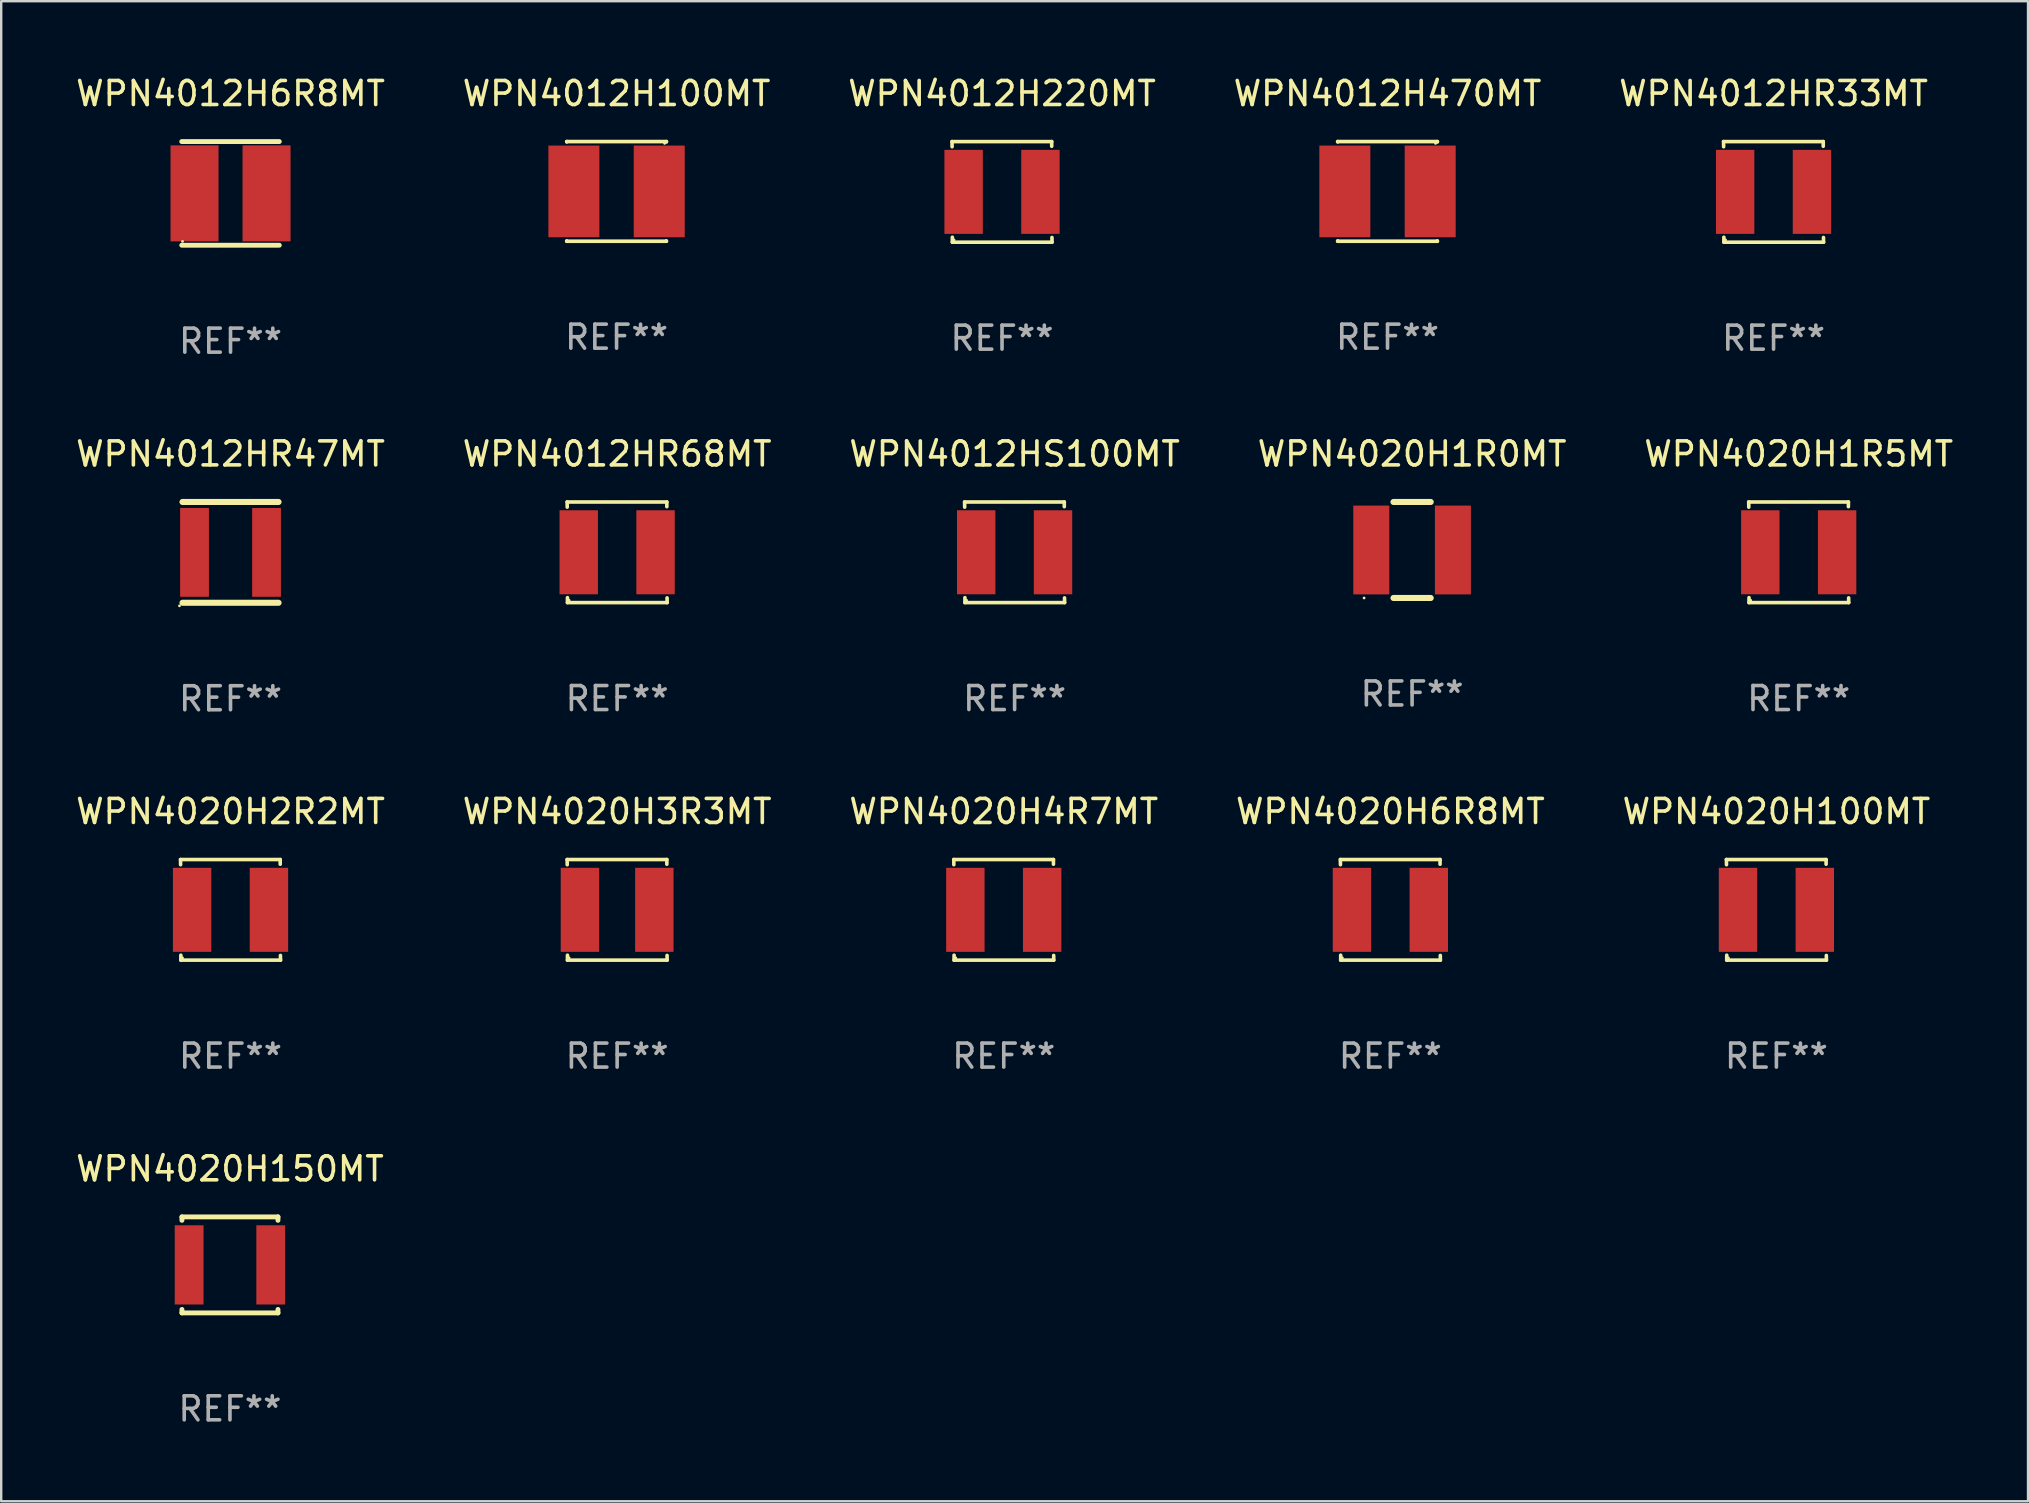
<source format=kicad_pcb>
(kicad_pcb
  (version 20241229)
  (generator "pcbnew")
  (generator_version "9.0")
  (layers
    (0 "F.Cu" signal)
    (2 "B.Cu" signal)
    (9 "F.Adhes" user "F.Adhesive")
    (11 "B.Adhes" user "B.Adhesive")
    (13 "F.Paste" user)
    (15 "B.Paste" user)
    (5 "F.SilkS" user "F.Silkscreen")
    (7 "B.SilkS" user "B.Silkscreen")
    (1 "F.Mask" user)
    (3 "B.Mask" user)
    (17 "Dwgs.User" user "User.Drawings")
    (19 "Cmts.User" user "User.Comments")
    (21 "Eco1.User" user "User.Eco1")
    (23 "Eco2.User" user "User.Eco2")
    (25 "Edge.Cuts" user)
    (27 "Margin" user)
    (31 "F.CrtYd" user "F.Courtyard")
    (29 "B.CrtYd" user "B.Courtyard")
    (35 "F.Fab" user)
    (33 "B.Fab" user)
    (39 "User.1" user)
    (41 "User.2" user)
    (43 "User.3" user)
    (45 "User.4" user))
  (footprint "WPN4012HR33MT"
    (layer "F.Cu")
    (at 70.839 4.944)
    (property "Reference" "WPN4012HR33MT" (at 0 -4.096 0) (layer "F.SilkS") (effects (font (size 1 1) (thickness 0.15))))
    (attr through_hole)
    (fp_line (start -2.083 -2.096) (end -2.08 -1.88) (stroke (width 0.15) (type solid)) (layer "F.SilkS"))
    (fp_line (start -2.07 1.89) (end -2.07 2.096) (stroke (width 0.15) (type solid)) (layer "F.SilkS"))
    (fp_line (start -2.07 2.096) (end 2.083 2.096) (stroke (width 0.15) (type solid)) (layer "F.SilkS"))
    (fp_line (start 2.07 -1.9) (end 2.07 -2.096) (stroke (width 0.15) (type solid)) (layer "F.SilkS"))
    (fp_line (start 2.07 -2.096) (end -2.083 -2.096) (stroke (width 0.15) (type solid)) (layer "F.SilkS"))
    (fp_line (start 2.083 2.096) (end 2.08 1.9) (stroke (width 0.15) (type solid)) (layer "F.SilkS"))
    (fp_circle (center -2 2) (end -1.97 2) (stroke (width 0.06) (type solid)) (fill no) (layer "F.SilkS"))
    (fp_text user "REF**" (at 0 6.096 0) (layer "F.Fab") (effects (font (size 1 1) (thickness 0.15))))
    (pad "1" smd rect (at -1.6 -0.000343) (size 1.6 3.5) (layers "F.Cu" "F.Mask" "F.Paste"))
    (pad "2" smd rect (at 1.6 -0.000343) (size 1.6 3.5) (layers "F.Cu" "F.Mask" "F.Paste")))
  (footprint "WPN4020H4R7MT"
    (layer "F.Cu")
    (at 38.768 34.855)
    (property "Reference" "WPN4020H4R7MT" (at 0 -4.096 0) (layer "F.SilkS") (effects (font (size 1 1) (thickness 0.15))))
    (attr through_hole)
    (fp_line (start -2.083 -2.096) (end -2.08 -1.88) (stroke (width 0.15) (type solid)) (layer "F.SilkS"))
    (fp_line (start -2.07 1.89) (end -2.07 2.096) (stroke (width 0.15) (type solid)) (layer "F.SilkS"))
    (fp_line (start -2.07 2.096) (end 2.083 2.096) (stroke (width 0.15) (type solid)) (layer "F.SilkS"))
    (fp_line (start 2.07 -1.9) (end 2.07 -2.096) (stroke (width 0.15) (type solid)) (layer "F.SilkS"))
    (fp_line (start 2.07 -2.096) (end -2.083 -2.096) (stroke (width 0.15) (type solid)) (layer "F.SilkS"))
    (fp_line (start 2.083 2.096) (end 2.08 1.9) (stroke (width 0.15) (type solid)) (layer "F.SilkS"))
    (fp_circle (center -2 2) (end -1.97 2) (stroke (width 0.06) (type solid)) (fill no) (layer "F.SilkS"))
    (fp_text user "REF**" (at 0 6.096 0) (layer "F.Fab") (effects (font (size 1 1) (thickness 0.15))))
    (pad "1" smd rect (at -1.6 -0.000343) (size 1.6 3.5) (layers "F.Cu" "F.Mask" "F.Paste"))
    (pad "2" smd rect (at 1.6 -0.000343) (size 1.6 3.5) (layers "F.Cu" "F.Mask" "F.Paste")))
  (footprint "WPN4012HR47MT"
    (layer "F.Cu")
    (at 6.554 19.963)
    (property "Reference" "WPN4012HR47MT" (at 0 -4.1 0) (layer "F.SilkS") (effects (font (size 1 1) (thickness 0.15))))
    (attr through_hole)
    (fp_line (start -2 -2.1) (end 2 -2.1) (stroke (width 0.254) (type solid)) (layer "F.SilkS"))
    (fp_line (start -2 2.1) (end 2 2.1) (stroke (width 0.254) (type solid)) (layer "F.SilkS"))
    (fp_circle (center -2.127 2.227) (end -2.097 2.227) (stroke (width 0.06) (type solid)) (fill no) (layer "F.SilkS"))
    (fp_text user "REF**" (at 0 6.1 0) (layer "F.Fab") (effects (font (size 1 1) (thickness 0.15))))
    (pad "1" smd rect (at -1.5 0 90) (size 3.7 1.2) (layers "F.Cu" "F.Mask" "F.Paste"))
    (pad "2" smd rect (at 1.5 0 90) (size 3.7 1.2) (layers "F.Cu" "F.Mask" "F.Paste")))
  (footprint "WPN4012H220MT"
    (layer "F.Cu")
    (at 38.696 4.944)
    (property "Reference" "WPN4012H220MT" (at 0 -4.096 0) (layer "F.SilkS") (effects (font (size 1 1) (thickness 0.15))))
    (attr through_hole)
    (fp_line (start -2.083 -2.096) (end -2.08 -1.88) (stroke (width 0.15) (type solid)) (layer "F.SilkS"))
    (fp_line (start -2.07 1.89) (end -2.07 2.096) (stroke (width 0.15) (type solid)) (layer "F.SilkS"))
    (fp_line (start -2.07 2.096) (end 2.083 2.096) (stroke (width 0.15) (type solid)) (layer "F.SilkS"))
    (fp_line (start 2.07 -1.9) (end 2.07 -2.096) (stroke (width 0.15) (type solid)) (layer "F.SilkS"))
    (fp_line (start 2.07 -2.096) (end -2.083 -2.096) (stroke (width 0.15) (type solid)) (layer "F.SilkS"))
    (fp_line (start 2.083 2.096) (end 2.08 1.9) (stroke (width 0.15) (type solid)) (layer "F.SilkS"))
    (fp_circle (center -2 2) (end -1.97 2) (stroke (width 0.06) (type solid)) (fill no) (layer "F.SilkS"))
    (fp_text user "REF**" (at 0 6.096 0) (layer "F.Fab") (effects (font (size 1 1) (thickness 0.15))))
    (pad "1" smd rect (at -1.6 -0.000343) (size 1.6 3.5) (layers "F.Cu" "F.Mask" "F.Paste"))
    (pad "2" smd rect (at 1.6 -0.000343) (size 1.6 3.5) (layers "F.Cu" "F.Mask" "F.Paste")))
  (footprint "WPN4020H100MT"
    (layer "F.Cu")
    (at 70.958 34.855)
    (property "Reference" "WPN4020H100MT" (at 0 -4.096 0) (layer "F.SilkS") (effects (font (size 1 1) (thickness 0.15))))
    (attr through_hole)
    (fp_line (start -2.083 -2.096) (end -2.08 -1.88) (stroke (width 0.15) (type solid)) (layer "F.SilkS"))
    (fp_line (start -2.07 1.89) (end -2.07 2.096) (stroke (width 0.15) (type solid)) (layer "F.SilkS"))
    (fp_line (start -2.07 2.096) (end 2.083 2.096) (stroke (width 0.15) (type solid)) (layer "F.SilkS"))
    (fp_line (start 2.07 -1.9) (end 2.07 -2.096) (stroke (width 0.15) (type solid)) (layer "F.SilkS"))
    (fp_line (start 2.07 -2.096) (end -2.083 -2.096) (stroke (width 0.15) (type solid)) (layer "F.SilkS"))
    (fp_line (start 2.083 2.096) (end 2.08 1.9) (stroke (width 0.15) (type solid)) (layer "F.SilkS"))
    (fp_circle (center -2 2) (end -1.97 2) (stroke (width 0.06) (type solid)) (fill no) (layer "F.SilkS"))
    (fp_text user "REF**" (at 0 6.096 0) (layer "F.Fab") (effects (font (size 1 1) (thickness 0.15))))
    (pad "1" smd rect (at -1.6 -0.000343) (size 1.6 3.5) (layers "F.Cu" "F.Mask" "F.Paste"))
    (pad "2" smd rect (at 1.6 -0.000343) (size 1.6 3.5) (layers "F.Cu" "F.Mask" "F.Paste")))
  (footprint "WPN4012H6R8MT"
    (layer "F.Cu")
    (at 6.554 5.007)
    (property "Reference" "WPN4012H6R8MT" (at 0 -4.159 0) (layer "F.SilkS") (effects (font (size 1 1) (thickness 0.15))))
    (attr through_hole)
    (fp_line (start -2.032 -2.159) (end 2.032 -2.159) (stroke (width 0.203) (type solid)) (layer "F.SilkS"))
    (fp_line (start -2.032 2.159) (end 2.032 2.159) (stroke (width 0.203) (type solid)) (layer "F.SilkS"))
    (fp_circle (center -2 2) (end -1.97 2) (stroke (width 0.06) (type solid)) (fill no) (layer "F.SilkS"))
    (fp_text user "REF**" (at 0 6.159 0) (layer "F.Fab") (effects (font (size 1 1) (thickness 0.15))))
    (pad "1" smd rect (at -1.5 0) (size 2 4) (layers "F.Cu" "F.Mask" "F.Paste"))
    (pad "2" smd rect (at 1.5 0) (size 2 4) (layers "F.Cu" "F.Mask" "F.Paste")))
  (footprint "WPN4020H1R5MT"
    (layer "F.Cu")
    (at 71.887 19.959)
    (property "Reference" "WPN4020H1R5MT" (at 0 -4.096 0) (layer "F.SilkS") (effects (font (size 1 1) (thickness 0.15))))
    (attr through_hole)
    (fp_line (start -2.083 -2.096) (end -2.08 -1.88) (stroke (width 0.15) (type solid)) (layer "F.SilkS"))
    (fp_line (start -2.07 1.89) (end -2.07 2.096) (stroke (width 0.15) (type solid)) (layer "F.SilkS"))
    (fp_line (start -2.07 2.096) (end 2.083 2.096) (stroke (width 0.15) (type solid)) (layer "F.SilkS"))
    (fp_line (start 2.07 -1.9) (end 2.07 -2.096) (stroke (width 0.15) (type solid)) (layer "F.SilkS"))
    (fp_line (start 2.07 -2.096) (end -2.083 -2.096) (stroke (width 0.15) (type solid)) (layer "F.SilkS"))
    (fp_line (start 2.083 2.096) (end 2.08 1.9) (stroke (width 0.15) (type solid)) (layer "F.SilkS"))
    (fp_circle (center -2 2) (end -1.97 2) (stroke (width 0.06) (type solid)) (fill no) (layer "F.SilkS"))
    (fp_text user "REF**" (at 0 6.096 0) (layer "F.Fab") (effects (font (size 1 1) (thickness 0.15))))
    (pad "1" smd rect (at -1.6 -0.000343) (size 1.6 3.5) (layers "F.Cu" "F.Mask" "F.Paste"))
    (pad "2" smd rect (at 1.6 -0.000343) (size 1.6 3.5) (layers "F.Cu" "F.Mask" "F.Paste")))
  (footprint "WPN4020H6R8MT"
    (layer "F.Cu")
    (at 54.875 34.855)
    (property "Reference" "WPN4020H6R8MT" (at 0 -4.096 0) (layer "F.SilkS") (effects (font (size 1 1) (thickness 0.15))))
    (attr through_hole)
    (fp_line (start -2.083 -2.096) (end -2.08 -1.88) (stroke (width 0.15) (type solid)) (layer "F.SilkS"))
    (fp_line (start -2.07 1.89) (end -2.07 2.096) (stroke (width 0.15) (type solid)) (layer "F.SilkS"))
    (fp_line (start -2.07 2.096) (end 2.083 2.096) (stroke (width 0.15) (type solid)) (layer "F.SilkS"))
    (fp_line (start 2.07 -1.9) (end 2.07 -2.096) (stroke (width 0.15) (type solid)) (layer "F.SilkS"))
    (fp_line (start 2.07 -2.096) (end -2.083 -2.096) (stroke (width 0.15) (type solid)) (layer "F.SilkS"))
    (fp_line (start 2.083 2.096) (end 2.08 1.9) (stroke (width 0.15) (type solid)) (layer "F.SilkS"))
    (fp_circle (center -2 2) (end -1.97 2) (stroke (width 0.06) (type solid)) (fill no) (layer "F.SilkS"))
    (fp_text user "REF**" (at 0 6.096 0) (layer "F.Fab") (effects (font (size 1 1) (thickness 0.15))))
    (pad "1" smd rect (at -1.6 -0.000343) (size 1.6 3.5) (layers "F.Cu" "F.Mask" "F.Paste"))
    (pad "2" smd rect (at 1.6 -0.000343) (size 1.6 3.5) (layers "F.Cu" "F.Mask" "F.Paste")))
  (footprint "WPN4020H3R3MT"
    (layer "F.Cu")
    (at 22.661 34.855)
    (property "Reference" "WPN4020H3R3MT" (at 0 -4.096 0) (layer "F.SilkS") (effects (font (size 1 1) (thickness 0.15))))
    (attr through_hole)
    (fp_line (start -2.083 -2.096) (end -2.08 -1.88) (stroke (width 0.15) (type solid)) (layer "F.SilkS"))
    (fp_line (start -2.07 1.89) (end -2.07 2.096) (stroke (width 0.15) (type solid)) (layer "F.SilkS"))
    (fp_line (start -2.07 2.096) (end 2.083 2.096) (stroke (width 0.15) (type solid)) (layer "F.SilkS"))
    (fp_line (start 2.07 -1.9) (end 2.07 -2.096) (stroke (width 0.15) (type solid)) (layer "F.SilkS"))
    (fp_line (start 2.07 -2.096) (end -2.083 -2.096) (stroke (width 0.15) (type solid)) (layer "F.SilkS"))
    (fp_line (start 2.083 2.096) (end 2.08 1.9) (stroke (width 0.15) (type solid)) (layer "F.SilkS"))
    (fp_circle (center -2 2) (end -1.97 2) (stroke (width 0.06) (type solid)) (fill no) (layer "F.SilkS"))
    (fp_text user "REF**" (at 0 6.096 0) (layer "F.Fab") (effects (font (size 1 1) (thickness 0.15))))
    (pad "1" smd rect (at -1.55 -0.000368) (size 1.6 3.5) (layers "F.Cu" "F.Mask" "F.Paste"))
    (pad "2" smd rect (at 1.55 -0.000368) (size 1.6 3.5) (layers "F.Cu" "F.Mask" "F.Paste")))
  (footprint "WPN4020H150MT"
    (layer "F.Cu")
    (at 6.53 49.647)
    (property "Reference" "WPN4020H150MT" (at 0 -4 0) (layer "F.SilkS") (effects (font (size 1 1) (thickness 0.15))))
    (attr through_hole)
    (fp_line (start -2 -2) (end 2 -2) (stroke (width 0.203) (type solid)) (layer "F.SilkS"))
    (fp_line (start -2 -1.856) (end -2 -2) (stroke (width 0.203) (type solid)) (layer "F.SilkS"))
    (fp_line (start -2 2) (end -2 1.856) (stroke (width 0.203) (type solid)) (layer "F.SilkS"))
    (fp_line (start -2 2) (end 2 2) (stroke (width 0.203) (type solid)) (layer "F.SilkS"))
    (fp_line (start 2 -2) (end 2 -1.856) (stroke (width 0.203) (type solid)) (layer "F.SilkS"))
    (fp_line (start 2 1.856) (end 2 2) (stroke (width 0.203) (type solid)) (layer "F.SilkS"))
    (fp_circle (center -2 2) (end -1.97 2) (stroke (width 0.06) (type solid)) (fill no) (layer "F.SilkS"))
    (fp_text user "REF**" (at 0 6 0) (layer "F.Fab") (effects (font (size 1 1) (thickness 0.15))))
    (pad "1" smd rect (at -1.7 0 90) (size 3.3 1.2) (layers "F.Cu" "F.Mask" "F.Paste"))
    (pad "2" smd rect (at 1.7 0 90) (size 3.3 1.2) (layers "F.Cu" "F.Mask" "F.Paste")))
  (footprint "WPN4020H2R2MT"
    (layer "F.Cu")
    (at 6.554 34.855)
    (property "Reference" "WPN4020H2R2MT" (at 0 -4.096 0) (layer "F.SilkS") (effects (font (size 1 1) (thickness 0.15))))
    (attr through_hole)
    (fp_line (start -2.083 -2.096) (end -2.08 -1.88) (stroke (width 0.15) (type solid)) (layer "F.SilkS"))
    (fp_line (start -2.07 1.89) (end -2.07 2.096) (stroke (width 0.15) (type solid)) (layer "F.SilkS"))
    (fp_line (start -2.07 2.096) (end 2.083 2.096) (stroke (width 0.15) (type solid)) (layer "F.SilkS"))
    (fp_line (start 2.07 -1.9) (end 2.07 -2.096) (stroke (width 0.15) (type solid)) (layer "F.SilkS"))
    (fp_line (start 2.07 -2.096) (end -2.083 -2.096) (stroke (width 0.15) (type solid)) (layer "F.SilkS"))
    (fp_line (start 2.083 2.096) (end 2.08 1.9) (stroke (width 0.15) (type solid)) (layer "F.SilkS"))
    (fp_circle (center -2 2) (end -1.97 2) (stroke (width 0.06) (type solid)) (fill no) (layer "F.SilkS"))
    (fp_text user "REF**" (at 0 6.096 0) (layer "F.Fab") (effects (font (size 1 1) (thickness 0.15))))
    (pad "1" smd rect (at -1.6 -0.000343) (size 1.6 3.5) (layers "F.Cu" "F.Mask" "F.Paste"))
    (pad "2" smd rect (at 1.6 -0.000343) (size 1.6 3.5) (layers "F.Cu" "F.Mask" "F.Paste")))
  (footprint "WPN4020H1R0MT"
    (layer "F.Cu")
    (at 55.78 19.863)
    (property "Reference" "WPN4020H1R0MT" (at 0 -4 0) (layer "F.SilkS") (effects (font (size 1 1) (thickness 0.15))))
    (attr through_hole)
    (fp_line (start -0.775 2) (end 0.775 2) (stroke (width 0.254) (type solid)) (layer "F.SilkS"))
    (fp_line (start -0.775 -2) (end 0.775 -2) (stroke (width 0.254) (type solid)) (layer "F.SilkS"))
    (fp_circle (center -2 2) (end -1.97 2) (stroke (width 0.06) (type solid)) (fill no) (layer "F.SilkS"))
    (fp_text user "REF**" (at 0 6 0) (layer "F.Fab") (effects (font (size 1 1) (thickness 0.15))))
    (pad "1" smd rect (at -1.7 0 270) (size 3.7 1.5) (layers "F.Cu" "F.Mask" "F.Paste"))
    (pad "2" smd rect (at 1.7 0 270) (size 3.7 1.5) (layers "F.Cu" "F.Mask" "F.Paste")))
  (footprint "WPN4012H470MT"
    (layer "F.Cu")
    (at 54.756 4.924)
    (property "Reference" "WPN4012H470MT" (at 0 -4.076 0) (layer "F.SilkS") (effects (font (size 1 1) (thickness 0.15))))
    (attr through_hole)
    (fp_line (start -2.076 -2.076) (end 2.076 -2.076) (stroke (width 0.152) (type solid)) (layer "F.SilkS"))
    (fp_line (start -2.076 -2.062) (end -2.076 -2.076) (stroke (width 0.152) (type solid)) (layer "F.SilkS"))
    (fp_line (start -2.076 2.062) (end -2.076 2.076) (stroke (width 0.152) (type solid)) (layer "F.SilkS"))
    (fp_line (start -2.076 2.076) (end 2.076 2.076) (stroke (width 0.152) (type solid)) (layer "F.SilkS"))
    (fp_line (start 2.076 -2.076) (end 2.076 -2.062) (stroke (width 0.152) (type solid)) (layer "F.SilkS"))
    (fp_line (start 2.076 2.076) (end 2.076 2.062) (stroke (width 0.152) (type solid)) (layer "F.SilkS"))
    (fp_circle (center 2 -2) (end 2.03 -2) (stroke (width 0.06) (type solid)) (fill no) (layer "F.SilkS"))
    (fp_text user "REF**" (at 0 6.076 0) (layer "F.Fab") (effects (font (size 1 1) (thickness 0.15))))
    (pad "1" smd rect (at 1.778 0) (size 2.124 3.82) (layers "F.Cu" "F.Mask" "F.Paste"))
    (pad "2" smd rect (at -1.778 0) (size 2.124 3.82) (layers "F.Cu" "F.Mask" "F.Paste")))
  (footprint "WPN4012HS100MT"
    (layer "F.Cu")
    (at 39.22 19.959)
    (property "Reference" "WPN4012HS100MT" (at 0 -4.096 0) (layer "F.SilkS") (effects (font (size 1 1) (thickness 0.15))))
    (attr through_hole)
    (fp_line (start -2.083 -2.096) (end -2.08 -1.88) (stroke (width 0.15) (type solid)) (layer "F.SilkS"))
    (fp_line (start -2.07 1.89) (end -2.07 2.096) (stroke (width 0.15) (type solid)) (layer "F.SilkS"))
    (fp_line (start -2.07 2.096) (end 2.083 2.096) (stroke (width 0.15) (type solid)) (layer "F.SilkS"))
    (fp_line (start 2.07 -1.9) (end 2.07 -2.096) (stroke (width 0.15) (type solid)) (layer "F.SilkS"))
    (fp_line (start 2.07 -2.096) (end -2.083 -2.096) (stroke (width 0.15) (type solid)) (layer "F.SilkS"))
    (fp_line (start 2.083 2.096) (end 2.08 1.9) (stroke (width 0.15) (type solid)) (layer "F.SilkS"))
    (fp_circle (center -2 2) (end -1.97 2) (stroke (width 0.06) (type solid)) (fill no) (layer "F.SilkS"))
    (fp_text user "REF**" (at 0 6.096 0) (layer "F.Fab") (effects (font (size 1 1) (thickness 0.15))))
    (pad "1" smd rect (at -1.6 -0.000343) (size 1.6 3.5) (layers "F.Cu" "F.Mask" "F.Paste"))
    (pad "2" smd rect (at 1.6 -0.000343) (size 1.6 3.5) (layers "F.Cu" "F.Mask" "F.Paste")))
  (footprint "WPN4012H100MT"
    (layer "F.Cu")
    (at 22.637 4.924)
    (property "Reference" "WPN4012H100MT" (at 0 -4.076 0) (layer "F.SilkS") (effects (font (size 1 1) (thickness 0.15))))
    (attr through_hole)
    (fp_line (start -2.076 -2.076) (end 2.076 -2.076) (stroke (width 0.152) (type solid)) (layer "F.SilkS"))
    (fp_line (start -2.076 -2.062) (end -2.076 -2.076) (stroke (width 0.152) (type solid)) (layer "F.SilkS"))
    (fp_line (start -2.076 2.062) (end -2.076 2.076) (stroke (width 0.152) (type solid)) (layer "F.SilkS"))
    (fp_line (start -2.076 2.076) (end 2.076 2.076) (stroke (width 0.152) (type solid)) (layer "F.SilkS"))
    (fp_line (start 2.076 -2.076) (end 2.076 -2.062) (stroke (width 0.152) (type solid)) (layer "F.SilkS"))
    (fp_line (start 2.076 2.076) (end 2.076 2.062) (stroke (width 0.152) (type solid)) (layer "F.SilkS"))
    (fp_circle (center 2 -2) (end 2.03 -2) (stroke (width 0.06) (type solid)) (fill no) (layer "F.SilkS"))
    (fp_text user "REF**" (at 0 6.076 0) (layer "F.Fab") (effects (font (size 1 1) (thickness 0.15))))
    (pad "1" smd rect (at 1.778 0) (size 2.124 3.82) (layers "F.Cu" "F.Mask" "F.Paste"))
    (pad "2" smd rect (at -1.778 0) (size 2.124 3.82) (layers "F.Cu" "F.Mask" "F.Paste")))
  (footprint "WPN4012HR68MT"
    (layer "F.Cu")
    (at 22.661 19.959)
    (property "Reference" "WPN4012HR68MT" (at 0 -4.096 0) (layer "F.SilkS") (effects (font (size 1 1) (thickness 0.15))))
    (attr through_hole)
    (fp_line (start -2.083 -2.096) (end -2.08 -1.88) (stroke (width 0.15) (type solid)) (layer "F.SilkS"))
    (fp_line (start -2.07 1.89) (end -2.07 2.096) (stroke (width 0.15) (type solid)) (layer "F.SilkS"))
    (fp_line (start -2.07 2.096) (end 2.083 2.096) (stroke (width 0.15) (type solid)) (layer "F.SilkS"))
    (fp_line (start 2.07 -1.9) (end 2.07 -2.096) (stroke (width 0.15) (type solid)) (layer "F.SilkS"))
    (fp_line (start 2.07 -2.096) (end -2.083 -2.096) (stroke (width 0.15) (type solid)) (layer "F.SilkS"))
    (fp_line (start 2.083 2.096) (end 2.08 1.9) (stroke (width 0.15) (type solid)) (layer "F.SilkS"))
    (fp_circle (center -2 2) (end -1.97 2) (stroke (width 0.06) (type solid)) (fill no) (layer "F.SilkS"))
    (fp_text user "REF**" (at 0 6.096 0) (layer "F.Fab") (effects (font (size 1 1) (thickness 0.15))))
    (pad "1" smd rect (at -1.6 -0.000343) (size 1.6 3.5) (layers "F.Cu" "F.Mask" "F.Paste"))
    (pad "2" smd rect (at 1.6 -0.000343) (size 1.6 3.5) (layers "F.Cu" "F.Mask" "F.Paste")))
  (gr_rect
    (start -3 -3)
    (end 81.44 59.496)
    (stroke (width 0.1) (type default))
    (fill no)
    (layer "Edge.Cuts")))
</source>
